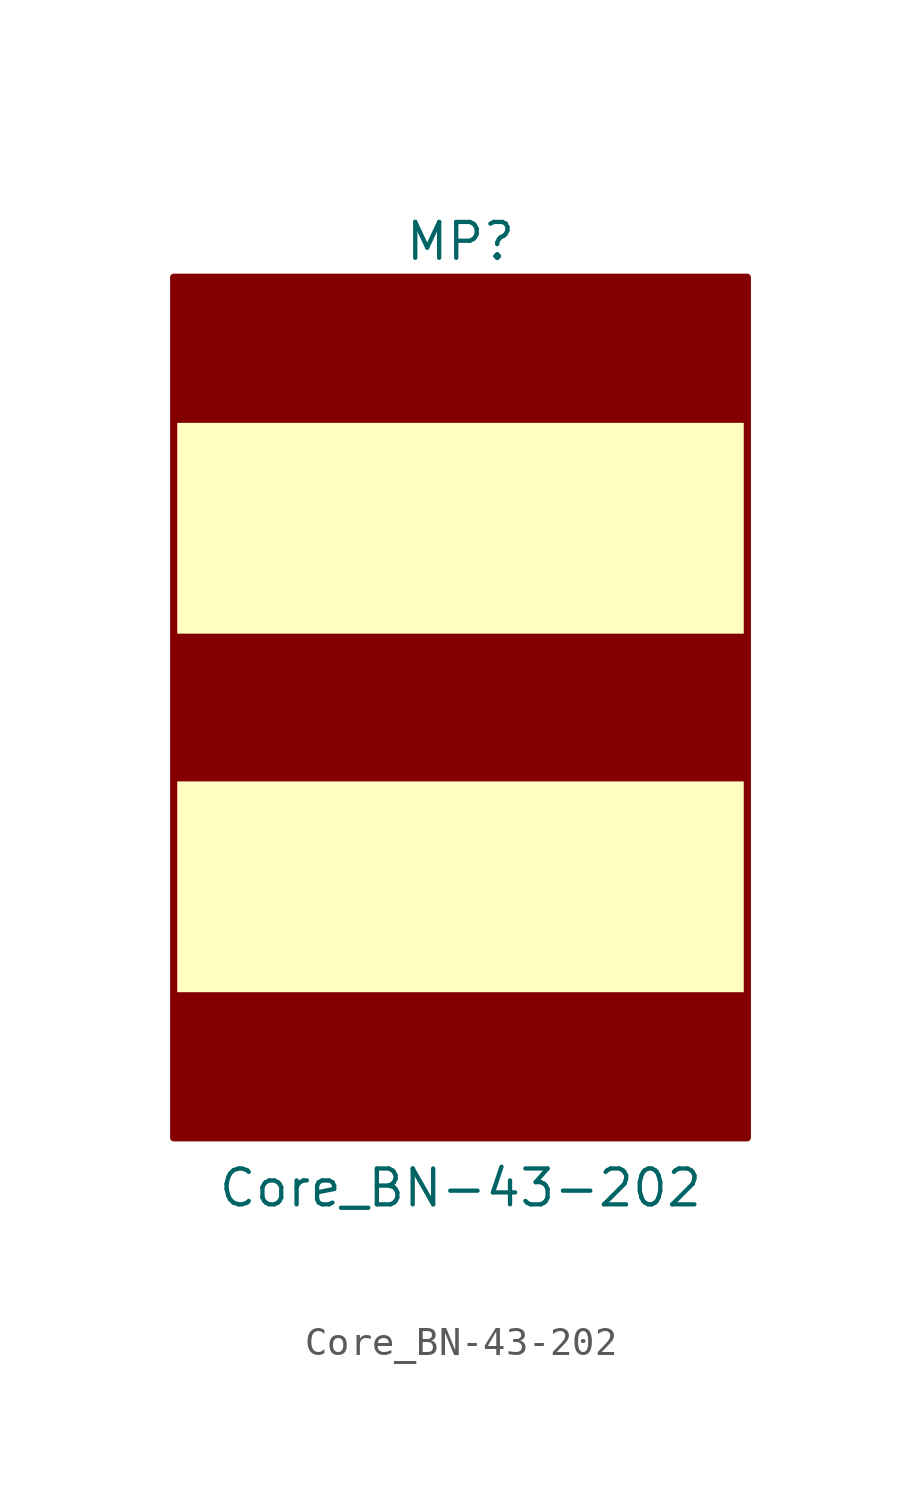
<source format=kicad_sym>
(kicad_symbol_lib
  (version 20231120)
  (generator "kicad_symbol_editor")
  (generator_version "8.0")
  (symbol "Core_BN-43-202"
    (property "Reference" "MP"
      (at 0 16.51 0)
      (effects (font (size 1.27 1.27))))
    (property "Value" "Core_BN-43-202"
      (at 0 -17.018 0)
      (effects (font (size 1.27 1.27))))
    (symbol "Core_BN-43-202_1_1"
      (rectangle (start -10.16 -10.16) (end 10.16 -15.24) (stroke (width 0) (type default)) (fill (type outline)))
      (rectangle (start -10.16 2.54) (end 10.16 -2.54) (stroke (width 0) (type default)) (fill (type outline)))
      (rectangle (start -10.16 15.24) (end 10.16 -15.24) (stroke (width 0.254) (type default)) (fill (type background)))
      (rectangle (start -10.16 15.24) (end 10.16 10.16) (stroke (width 0) (type default)) (fill (type outline))))))
</source>
